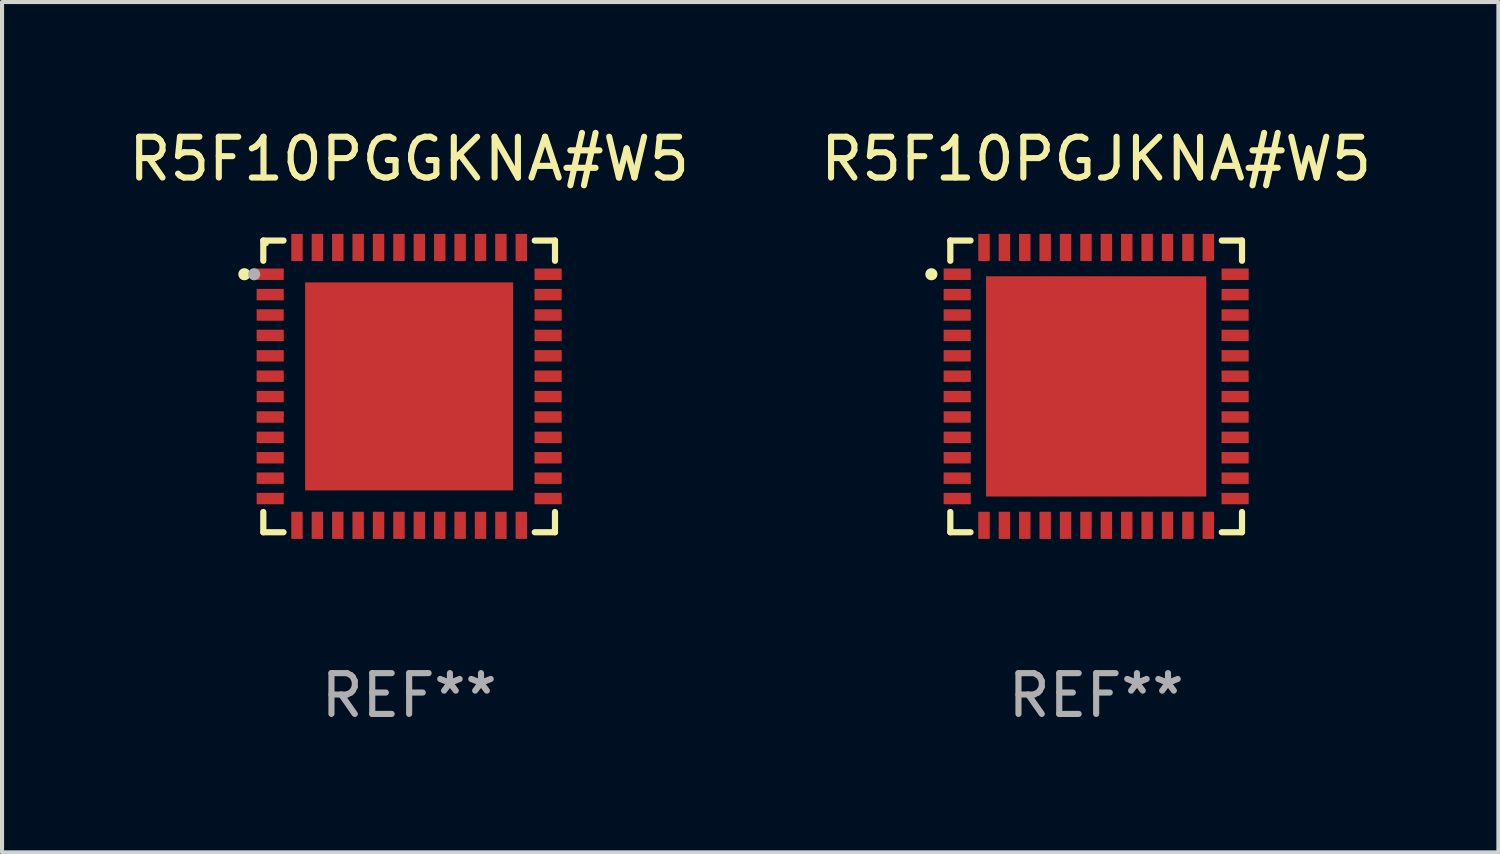
<source format=kicad_pcb>
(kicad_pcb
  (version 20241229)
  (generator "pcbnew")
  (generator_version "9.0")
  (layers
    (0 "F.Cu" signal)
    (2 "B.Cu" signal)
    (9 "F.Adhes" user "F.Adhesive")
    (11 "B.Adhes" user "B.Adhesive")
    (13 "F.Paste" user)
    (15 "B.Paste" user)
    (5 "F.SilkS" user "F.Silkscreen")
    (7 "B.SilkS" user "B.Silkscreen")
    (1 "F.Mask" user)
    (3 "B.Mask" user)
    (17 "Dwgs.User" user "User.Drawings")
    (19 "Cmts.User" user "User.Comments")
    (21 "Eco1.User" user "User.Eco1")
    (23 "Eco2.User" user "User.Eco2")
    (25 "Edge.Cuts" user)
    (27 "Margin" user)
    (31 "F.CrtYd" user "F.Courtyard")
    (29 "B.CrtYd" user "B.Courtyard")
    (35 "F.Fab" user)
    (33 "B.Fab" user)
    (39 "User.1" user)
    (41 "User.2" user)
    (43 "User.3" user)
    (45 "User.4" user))
  (footprint "R5F10PGJKNA#W5"
    (layer "F.Cu")
    (at 23.827 6.424)
    (property "Reference" "R5F10PGJKNA#W5" (at 0 -5.576 0) (layer "F.SilkS") (effects (font (size 1 1) (thickness 0.15))))
    (attr through_hole)
    (fp_line (start -3.576 -3.576) (end -3.576 -3.08) (stroke (width 0.152) (type solid)) (layer "F.SilkS"))
    (fp_line (start -3.576 3.576) (end -3.576 3.08) (stroke (width 0.152) (type solid)) (layer "F.SilkS"))
    (fp_line (start -3.08 -3.576) (end -3.576 -3.576) (stroke (width 0.152) (type solid)) (layer "F.SilkS"))
    (fp_line (start -3.08 3.576) (end -3.576 3.576) (stroke (width 0.152) (type solid)) (layer "F.SilkS"))
    (fp_line (start 3.08 -3.576) (end 3.576 -3.576) (stroke (width 0.152) (type solid)) (layer "F.SilkS"))
    (fp_line (start 3.08 3.576) (end 3.576 3.576) (stroke (width 0.152) (type solid)) (layer "F.SilkS"))
    (fp_line (start 3.576 -3.576) (end 3.576 -3.08) (stroke (width 0.152) (type solid)) (layer "F.SilkS"))
    (fp_line (start 3.576 3.576) (end 3.576 3.08) (stroke (width 0.152) (type solid)) (layer "F.SilkS"))
    (fp_circle (center -4.04 -2.75) (end -3.965 -2.75) (stroke (width 0.15) (type solid)) (fill no) (layer "F.SilkS"))
    (fp_text user "REF**" (at 0 7.576 0) (layer "F.Fab") (effects (font (size 1 1) (thickness 0.15))))
    (pad "1" smd rect (at -3.407 -2.75) (size 0.665 0.28) (layers "F.Cu" "F.Mask" "F.Paste"))
    (pad "2" smd rect (at -3.407 -2.25) (size 0.665 0.28) (layers "F.Cu" "F.Mask" "F.Paste"))
    (pad "3" smd rect (at -3.407 -1.75) (size 0.665 0.28) (layers "F.Cu" "F.Mask" "F.Paste"))
    (pad "4" smd rect (at -3.407 -1.25) (size 0.665 0.28) (layers "F.Cu" "F.Mask" "F.Paste"))
    (pad "5" smd rect (at -3.407 -0.75) (size 0.665 0.28) (layers "F.Cu" "F.Mask" "F.Paste"))
    (pad "6" smd rect (at -3.407 -0.25) (size 0.665 0.28) (layers "F.Cu" "F.Mask" "F.Paste"))
    (pad "7" smd rect (at -3.407 0.25) (size 0.665 0.28) (layers "F.Cu" "F.Mask" "F.Paste"))
    (pad "8" smd rect (at -3.407 0.75) (size 0.665 0.28) (layers "F.Cu" "F.Mask" "F.Paste"))
    (pad "9" smd rect (at -3.407 1.25) (size 0.665 0.28) (layers "F.Cu" "F.Mask" "F.Paste"))
    (pad "10" smd rect (at -3.407 1.75) (size 0.665 0.28) (layers "F.Cu" "F.Mask" "F.Paste"))
    (pad "11" smd rect (at -3.407 2.25) (size 0.665 0.28) (layers "F.Cu" "F.Mask" "F.Paste"))
    (pad "12" smd rect (at -3.407 2.75) (size 0.665 0.28) (layers "F.Cu" "F.Mask" "F.Paste"))
    (pad "13" smd rect (at -2.75 3.407) (size 0.28 0.665) (layers "F.Cu" "F.Mask" "F.Paste"))
    (pad "14" smd rect (at -2.25 3.407) (size 0.28 0.665) (layers "F.Cu" "F.Mask" "F.Paste"))
    (pad "15" smd rect (at -1.75 3.407) (size 0.28 0.665) (layers "F.Cu" "F.Mask" "F.Paste"))
    (pad "16" smd rect (at -1.25 3.407) (size 0.28 0.665) (layers "F.Cu" "F.Mask" "F.Paste"))
    (pad "17" smd rect (at -0.75 3.407) (size 0.28 0.665) (layers "F.Cu" "F.Mask" "F.Paste"))
    (pad "18" smd rect (at -0.25 3.407) (size 0.28 0.665) (layers "F.Cu" "F.Mask" "F.Paste"))
    (pad "19" smd rect (at 0.25 3.407) (size 0.28 0.665) (layers "F.Cu" "F.Mask" "F.Paste"))
    (pad "20" smd rect (at 0.75 3.407) (size 0.28 0.665) (layers "F.Cu" "F.Mask" "F.Paste"))
    (pad "21" smd rect (at 1.25 3.407) (size 0.28 0.665) (layers "F.Cu" "F.Mask" "F.Paste"))
    (pad "22" smd rect (at 1.75 3.407) (size 0.28 0.665) (layers "F.Cu" "F.Mask" "F.Paste"))
    (pad "23" smd rect (at 2.25 3.407) (size 0.28 0.665) (layers "F.Cu" "F.Mask" "F.Paste"))
    (pad "24" smd rect (at 2.75 3.407) (size 0.28 0.665) (layers "F.Cu" "F.Mask" "F.Paste"))
    (pad "25" smd rect (at 3.407 2.75) (size 0.665 0.28) (layers "F.Cu" "F.Mask" "F.Paste"))
    (pad "26" smd rect (at 3.407 2.25) (size 0.665 0.28) (layers "F.Cu" "F.Mask" "F.Paste"))
    (pad "27" smd rect (at 3.407 1.75) (size 0.665 0.28) (layers "F.Cu" "F.Mask" "F.Paste"))
    (pad "28" smd rect (at 3.407 1.25) (size 0.665 0.28) (layers "F.Cu" "F.Mask" "F.Paste"))
    (pad "29" smd rect (at 3.407 0.75) (size 0.665 0.28) (layers "F.Cu" "F.Mask" "F.Paste"))
    (pad "30" smd rect (at 3.407 0.25) (size 0.665 0.28) (layers "F.Cu" "F.Mask" "F.Paste"))
    (pad "31" smd rect (at 3.407 -0.25) (size 0.665 0.28) (layers "F.Cu" "F.Mask" "F.Paste"))
    (pad "32" smd rect (at 3.407 -0.75) (size 0.665 0.28) (layers "F.Cu" "F.Mask" "F.Paste"))
    (pad "33" smd rect (at 3.407 -1.25) (size 0.665 0.28) (layers "F.Cu" "F.Mask" "F.Paste"))
    (pad "34" smd rect (at 3.407 -1.75) (size 0.665 0.28) (layers "F.Cu" "F.Mask" "F.Paste"))
    (pad "35" smd rect (at 3.407 -2.25) (size 0.665 0.28) (layers "F.Cu" "F.Mask" "F.Paste"))
    (pad "36" smd rect (at 3.407 -2.75) (size 0.665 0.28) (layers "F.Cu" "F.Mask" "F.Paste"))
    (pad "37" smd rect (at 2.75 -3.407) (size 0.28 0.665) (layers "F.Cu" "F.Mask" "F.Paste"))
    (pad "38" smd rect (at 2.25 -3.407) (size 0.28 0.665) (layers "F.Cu" "F.Mask" "F.Paste"))
    (pad "39" smd rect (at 1.75 -3.407) (size 0.28 0.665) (layers "F.Cu" "F.Mask" "F.Paste"))
    (pad "40" smd rect (at 1.25 -3.407) (size 0.28 0.665) (layers "F.Cu" "F.Mask" "F.Paste"))
    (pad "41" smd rect (at 0.75 -3.407) (size 0.28 0.665) (layers "F.Cu" "F.Mask" "F.Paste"))
    (pad "42" smd rect (at 0.25 -3.407) (size 0.28 0.665) (layers "F.Cu" "F.Mask" "F.Paste"))
    (pad "43" smd rect (at -0.25 -3.407) (size 0.28 0.665) (layers "F.Cu" "F.Mask" "F.Paste"))
    (pad "44" smd rect (at -0.75 -3.407) (size 0.28 0.665) (layers "F.Cu" "F.Mask" "F.Paste"))
    (pad "45" smd rect (at -1.25 -3.407) (size 0.28 0.665) (layers "F.Cu" "F.Mask" "F.Paste"))
    (pad "46" smd rect (at -1.75 -3.407) (size 0.28 0.665) (layers "F.Cu" "F.Mask" "F.Paste"))
    (pad "47" smd rect (at -2.25 -3.407) (size 0.28 0.665) (layers "F.Cu" "F.Mask" "F.Paste"))
    (pad "48" smd rect (at -2.75 -3.407) (size 0.28 0.665) (layers "F.Cu" "F.Mask" "F.Paste"))
    (pad "49" smd rect (at 0 0) (size 5.4 5.4) (layers "F.Cu" "F.Mask" "F.Paste")))
  (footprint "R5F10PGGKNA#W5"
    (layer "F.Cu")
    (at 6.982 6.424)
    (property "Reference" "R5F10PGGKNA#W5" (at 0 -5.576 0) (layer "F.SilkS") (effects (font (size 1 1) (thickness 0.15))))
    (attr through_hole)
    (fp_line (start -3.576 -3.576) (end -3.576 -3.08) (stroke (width 0.152) (type solid)) (layer "F.SilkS"))
    (fp_line (start -3.576 3.576) (end -3.576 3.08) (stroke (width 0.152) (type solid)) (layer "F.SilkS"))
    (fp_line (start -3.08 -3.576) (end -3.576 -3.576) (stroke (width 0.152) (type solid)) (layer "F.SilkS"))
    (fp_line (start -3.08 3.576) (end -3.576 3.576) (stroke (width 0.152) (type solid)) (layer "F.SilkS"))
    (fp_line (start 3.08 -3.576) (end 3.576 -3.576) (stroke (width 0.152) (type solid)) (layer "F.SilkS"))
    (fp_line (start 3.08 3.576) (end 3.576 3.576) (stroke (width 0.152) (type solid)) (layer "F.SilkS"))
    (fp_line (start 3.576 -3.576) (end 3.576 -3.08) (stroke (width 0.152) (type solid)) (layer "F.SilkS"))
    (fp_line (start 3.576 3.576) (end 3.576 3.08) (stroke (width 0.152) (type solid)) (layer "F.SilkS"))
    (fp_circle (center -4.04 -2.75) (end -3.965 -2.75) (stroke (width 0.15) (type solid)) (fill no) (layer "F.SilkS"))
    (fp_circle (center -3.5 -3.5) (end -3.47 -3.5) (stroke (width 0.06) (type solid)) (fill no) (layer "F.SilkS"))
    (fp_circle (center -3.8 -2.75) (end -3.725 -2.75) (stroke (width 0.15) (type solid)) (fill no) (layer "F.Fab"))
    (fp_text user "REF**" (at 0 7.576 0) (layer "F.Fab") (effects (font (size 1 1) (thickness 0.15))))
    (pad "1" smd rect (at -3.407 -2.75) (size 0.665 0.28) (layers "F.Cu" "F.Mask" "F.Paste"))
    (pad "2" smd rect (at -3.407 -2.25) (size 0.665 0.28) (layers "F.Cu" "F.Mask" "F.Paste"))
    (pad "3" smd rect (at -3.407 -1.75) (size 0.665 0.28) (layers "F.Cu" "F.Mask" "F.Paste"))
    (pad "4" smd rect (at -3.407 -1.25) (size 0.665 0.28) (layers "F.Cu" "F.Mask" "F.Paste"))
    (pad "5" smd rect (at -3.407 -0.75) (size 0.665 0.28) (layers "F.Cu" "F.Mask" "F.Paste"))
    (pad "6" smd rect (at -3.407 -0.25) (size 0.665 0.28) (layers "F.Cu" "F.Mask" "F.Paste"))
    (pad "7" smd rect (at -3.407 0.25) (size 0.665 0.28) (layers "F.Cu" "F.Mask" "F.Paste"))
    (pad "8" smd rect (at -3.407 0.75) (size 0.665 0.28) (layers "F.Cu" "F.Mask" "F.Paste"))
    (pad "9" smd rect (at -3.407 1.25) (size 0.665 0.28) (layers "F.Cu" "F.Mask" "F.Paste"))
    (pad "10" smd rect (at -3.407 1.75) (size 0.665 0.28) (layers "F.Cu" "F.Mask" "F.Paste"))
    (pad "11" smd rect (at -3.407 2.25) (size 0.665 0.28) (layers "F.Cu" "F.Mask" "F.Paste"))
    (pad "12" smd rect (at -3.407 2.75) (size 0.665 0.28) (layers "F.Cu" "F.Mask" "F.Paste"))
    (pad "13" smd rect (at -2.75 3.407) (size 0.28 0.665) (layers "F.Cu" "F.Mask" "F.Paste"))
    (pad "14" smd rect (at -2.25 3.407) (size 0.28 0.665) (layers "F.Cu" "F.Mask" "F.Paste"))
    (pad "15" smd rect (at -1.75 3.407) (size 0.28 0.665) (layers "F.Cu" "F.Mask" "F.Paste"))
    (pad "16" smd rect (at -1.25 3.407) (size 0.28 0.665) (layers "F.Cu" "F.Mask" "F.Paste"))
    (pad "17" smd rect (at -0.75 3.407) (size 0.28 0.665) (layers "F.Cu" "F.Mask" "F.Paste"))
    (pad "18" smd rect (at -0.25 3.407) (size 0.28 0.665) (layers "F.Cu" "F.Mask" "F.Paste"))
    (pad "19" smd rect (at 0.25 3.407) (size 0.28 0.665) (layers "F.Cu" "F.Mask" "F.Paste"))
    (pad "20" smd rect (at 0.75 3.407) (size 0.28 0.665) (layers "F.Cu" "F.Mask" "F.Paste"))
    (pad "21" smd rect (at 1.25 3.407) (size 0.28 0.665) (layers "F.Cu" "F.Mask" "F.Paste"))
    (pad "22" smd rect (at 1.75 3.407) (size 0.28 0.665) (layers "F.Cu" "F.Mask" "F.Paste"))
    (pad "23" smd rect (at 2.25 3.407) (size 0.28 0.665) (layers "F.Cu" "F.Mask" "F.Paste"))
    (pad "24" smd rect (at 2.75 3.407) (size 0.28 0.665) (layers "F.Cu" "F.Mask" "F.Paste"))
    (pad "25" smd rect (at 3.407 2.75) (size 0.665 0.28) (layers "F.Cu" "F.Mask" "F.Paste"))
    (pad "26" smd rect (at 3.407 2.25) (size 0.665 0.28) (layers "F.Cu" "F.Mask" "F.Paste"))
    (pad "27" smd rect (at 3.407 1.75) (size 0.665 0.28) (layers "F.Cu" "F.Mask" "F.Paste"))
    (pad "28" smd rect (at 3.407 1.25) (size 0.665 0.28) (layers "F.Cu" "F.Mask" "F.Paste"))
    (pad "29" smd rect (at 3.407 0.75) (size 0.665 0.28) (layers "F.Cu" "F.Mask" "F.Paste"))
    (pad "30" smd rect (at 3.407 0.25) (size 0.665 0.28) (layers "F.Cu" "F.Mask" "F.Paste"))
    (pad "31" smd rect (at 3.407 -0.25) (size 0.665 0.28) (layers "F.Cu" "F.Mask" "F.Paste"))
    (pad "32" smd rect (at 3.407 -0.75) (size 0.665 0.28) (layers "F.Cu" "F.Mask" "F.Paste"))
    (pad "33" smd rect (at 3.407 -1.25) (size 0.665 0.28) (layers "F.Cu" "F.Mask" "F.Paste"))
    (pad "34" smd rect (at 3.407 -1.75) (size 0.665 0.28) (layers "F.Cu" "F.Mask" "F.Paste"))
    (pad "35" smd rect (at 3.407 -2.25) (size 0.665 0.28) (layers "F.Cu" "F.Mask" "F.Paste"))
    (pad "36" smd rect (at 3.407 -2.75) (size 0.665 0.28) (layers "F.Cu" "F.Mask" "F.Paste"))
    (pad "37" smd rect (at 2.75 -3.407) (size 0.28 0.665) (layers "F.Cu" "F.Mask" "F.Paste"))
    (pad "38" smd rect (at 2.25 -3.407) (size 0.28 0.665) (layers "F.Cu" "F.Mask" "F.Paste"))
    (pad "39" smd rect (at 1.75 -3.407) (size 0.28 0.665) (layers "F.Cu" "F.Mask" "F.Paste"))
    (pad "40" smd rect (at 1.25 -3.407) (size 0.28 0.665) (layers "F.Cu" "F.Mask" "F.Paste"))
    (pad "41" smd rect (at 0.75 -3.407) (size 0.28 0.665) (layers "F.Cu" "F.Mask" "F.Paste"))
    (pad "42" smd rect (at 0.25 -3.407) (size 0.28 0.665) (layers "F.Cu" "F.Mask" "F.Paste"))
    (pad "43" smd rect (at -0.25 -3.407) (size 0.28 0.665) (layers "F.Cu" "F.Mask" "F.Paste"))
    (pad "44" smd rect (at -0.75 -3.407) (size 0.28 0.665) (layers "F.Cu" "F.Mask" "F.Paste"))
    (pad "45" smd rect (at -1.25 -3.407) (size 0.28 0.665) (layers "F.Cu" "F.Mask" "F.Paste"))
    (pad "46" smd rect (at -1.75 -3.407) (size 0.28 0.665) (layers "F.Cu" "F.Mask" "F.Paste"))
    (pad "47" smd rect (at -2.25 -3.407) (size 0.28 0.665) (layers "F.Cu" "F.Mask" "F.Paste"))
    (pad "48" smd rect (at -2.75 -3.407) (size 0.28 0.665) (layers "F.Cu" "F.Mask" "F.Paste"))
    (pad "49" smd rect (at 0 0) (size 5.1 5.1) (layers "F.Cu" "F.Mask" "F.Paste")))
  (gr_rect
    (start -3 -3)
    (end 33.69 17.849)
    (stroke (width 0.1) (type default))
    (fill no)
    (layer "Edge.Cuts")))
</source>
